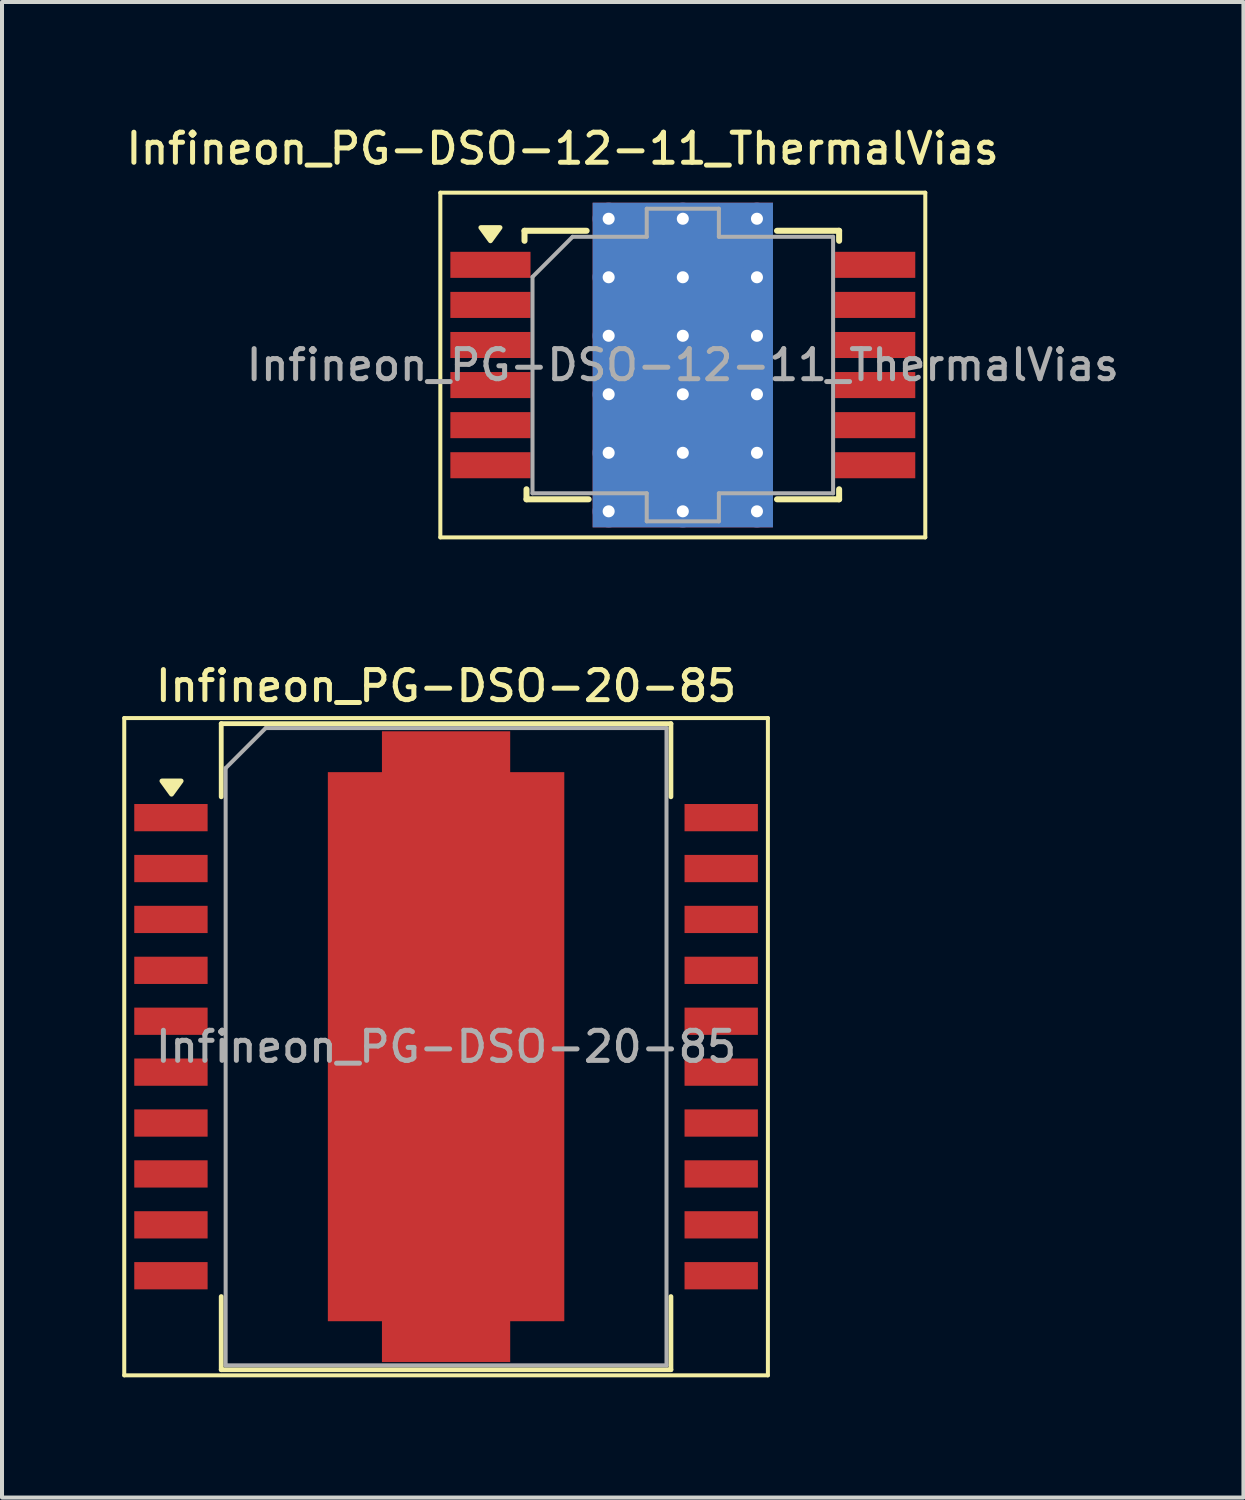
<source format=kicad_pcb>
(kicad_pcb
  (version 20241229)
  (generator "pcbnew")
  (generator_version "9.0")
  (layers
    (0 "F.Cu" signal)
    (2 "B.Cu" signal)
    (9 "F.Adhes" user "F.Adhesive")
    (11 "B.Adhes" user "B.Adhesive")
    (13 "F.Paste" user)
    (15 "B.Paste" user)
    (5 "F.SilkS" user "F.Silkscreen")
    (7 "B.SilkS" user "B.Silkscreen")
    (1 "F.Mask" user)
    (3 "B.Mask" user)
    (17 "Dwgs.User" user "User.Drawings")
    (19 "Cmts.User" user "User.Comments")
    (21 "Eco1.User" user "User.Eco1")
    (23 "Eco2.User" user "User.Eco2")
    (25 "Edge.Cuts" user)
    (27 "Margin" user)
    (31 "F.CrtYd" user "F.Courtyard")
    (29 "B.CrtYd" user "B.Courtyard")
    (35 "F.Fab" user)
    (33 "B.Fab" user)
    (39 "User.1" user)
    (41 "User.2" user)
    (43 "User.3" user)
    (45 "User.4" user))
  (footprint "Infineon_PG-DSO-12-11_ThermalVias"
    (layer "F.Cu")
    (at 13.987 6.058)
    (property "Reference" "Infineon_PG-DSO-12-11_ThermalVias" (at -3 -5.4 0) (layer "F.SilkS") (effects (font (size 0.75 0.75) (thickness 0.125))))
    (attr smd)
    (fp_line (start -6.05 -4.3) (end 6.05 -4.3) (stroke (width 0.1) (type solid)) (layer "F.SilkS"))
    (fp_line (start -6.05 4.3) (end -6.05 -4.3) (stroke (width 0.1) (type solid)) (layer "F.SilkS"))
    (fp_line (start -3.95 -3.35) (end -2.4 -3.35) (stroke (width 0.15) (type solid)) (layer "F.SilkS"))
    (fp_line (start -3.95 -3.1) (end -3.95 -3.35) (stroke (width 0.15) (type solid)) (layer "F.SilkS"))
    (fp_line (start -3.9 3.1) (end -3.9 3.35) (stroke (width 0.15) (type solid)) (layer "F.SilkS"))
    (fp_line (start -3.9 3.35) (end -2.35 3.35) (stroke (width 0.15) (type solid)) (layer "F.SilkS"))
    (fp_line (start 3.9 -3.35) (end 2.35 -3.35) (stroke (width 0.15) (type solid)) (layer "F.SilkS"))
    (fp_line (start 3.9 -3.1) (end 3.9 -3.35) (stroke (width 0.15) (type solid)) (layer "F.SilkS"))
    (fp_line (start 3.9 3.1) (end 3.9 3.35) (stroke (width 0.15) (type solid)) (layer "F.SilkS"))
    (fp_line (start 3.9 3.35) (end 2.35 3.35) (stroke (width 0.15) (type solid)) (layer "F.SilkS"))
    (fp_line (start 6.05 -4.3) (end 6.05 4.3) (stroke (width 0.1) (type solid)) (layer "F.SilkS"))
    (fp_line (start 6.05 4.3) (end -6.05 4.3) (stroke (width 0.1) (type solid)) (layer "F.SilkS"))
    (fp_poly (pts (xy -4.8 -3.1) (xy -5.04 -3.43) (xy -4.56 -3.43) (xy -4.8 -3.1)) (stroke (width 0.12) (type solid)) (fill yes) (layer "F.SilkS"))
    (fp_line (start -3.75 3.2) (end -3.75 -2.2) (stroke (width 0.1) (type solid)) (layer "F.Fab"))
    (fp_line (start -2.75 -3.2) (end -3.75 -2.2) (stroke (width 0.1) (type solid)) (layer "F.Fab"))
    (fp_line (start -2.75 -3.2) (end -0.9 -3.2) (stroke (width 0.1) (type solid)) (layer "F.Fab"))
    (fp_line (start -0.9 -3.9) (end 0.9 -3.9) (stroke (width 0.1) (type solid)) (layer "F.Fab"))
    (fp_line (start -0.9 -3.2) (end -0.9 -3.9) (stroke (width 0.1) (type solid)) (layer "F.Fab"))
    (fp_line (start -0.9 3.2) (end -3.75 3.2) (stroke (width 0.1) (type solid)) (layer "F.Fab"))
    (fp_line (start -0.9 3.9) (end -0.9 3.2) (stroke (width 0.1) (type solid)) (layer "F.Fab"))
    (fp_line (start 0.9 -3.9) (end 0.9 -3.2) (stroke (width 0.1) (type solid)) (layer "F.Fab"))
    (fp_line (start 0.9 -3.2) (end 3.75 -3.2) (stroke (width 0.1) (type solid)) (layer "F.Fab"))
    (fp_line (start 0.9 3.2) (end 0.9 3.9) (stroke (width 0.1) (type solid)) (layer "F.Fab"))
    (fp_line (start 0.9 3.9) (end -0.9 3.9) (stroke (width 0.1) (type solid)) (layer "F.Fab"))
    (fp_line (start 3.75 -3.2) (end 3.75 3.2) (stroke (width 0.1) (type solid)) (layer "F.Fab"))
    (fp_line (start 3.75 3.2) (end 0.9 3.2) (stroke (width 0.1) (type solid)) (layer "F.Fab"))
    (fp_text user "${REFERENCE}" (at 0 0 0) (layer "F.Fab") (effects (font (size 0.75 0.75) (thickness 0.125))))
    (pad "" smd rect (at -0.925 -2.92) (size 1.55 1.16) (layers "F.Paste"))
    (pad "" smd rect (at -0.925 -1.46) (size 1.55 1.16) (layers "F.Paste"))
    (pad "" smd rect (at -0.925 0) (size 1.55 1.16) (layers "F.Paste"))
    (pad "" smd rect (at -0.925 1.46) (size 1.55 1.16) (layers "F.Paste"))
    (pad "" smd rect (at -0.925 2.92) (size 1.55 1.16) (layers "F.Paste"))
    (pad "" smd rect (at 0.925 -2.92) (size 1.55 1.16) (layers "F.Paste"))
    (pad "" smd rect (at 0.925 -1.46) (size 1.55 1.16) (layers "F.Paste"))
    (pad "" smd rect (at 0.925 0) (size 1.55 1.16) (layers "F.Paste"))
    (pad "" smd rect (at 0.925 1.46) (size 1.55 1.16) (layers "F.Paste"))
    (pad "" smd rect (at 0.925 2.92) (size 1.55 1.16) (layers "F.Paste"))
    (pad "1" smd rect (at -4.8 -2.5) (size 2 0.65) (layers "F.Cu" "F.Mask" "F.Paste"))
    (pad "2" smd rect (at -4.8 -1.5) (size 2 0.65) (layers "F.Cu" "F.Mask" "F.Paste"))
    (pad "3" smd rect (at -4.8 -0.5) (size 2 0.65) (layers "F.Cu" "F.Mask" "F.Paste"))
    (pad "4" smd rect (at -4.8 0.5) (size 2 0.65) (layers "F.Cu" "F.Mask" "F.Paste"))
    (pad "5" smd rect (at -4.8 1.5) (size 2 0.65) (layers "F.Cu" "F.Mask" "F.Paste"))
    (pad "6" smd rect (at -4.8 2.5) (size 2 0.65) (layers "F.Cu" "F.Mask" "F.Paste"))
    (pad "7" smd rect (at 4.8 2.5) (size 2 0.65) (layers "F.Cu" "F.Mask" "F.Paste"))
    (pad "8" smd rect (at 4.8 1.5) (size 2 0.65) (layers "F.Cu" "F.Mask" "F.Paste"))
    (pad "9" smd rect (at 4.8 0.5) (size 2 0.65) (layers "F.Cu" "F.Mask" "F.Paste"))
    (pad "10" smd rect (at 4.8 -0.5) (size 2 0.65) (layers "F.Cu" "F.Mask" "F.Paste"))
    (pad "11" smd rect (at 4.8 -1.5) (size 2 0.65) (layers "F.Cu" "F.Mask" "F.Paste"))
    (pad "12" smd rect (at 4.8 -2.5) (size 2 0.65) (layers "F.Cu" "F.Mask" "F.Paste"))
    (pad "13" thru_hole circle (at -1.85 -3.65) (size 0.8 0.8) (drill 0.3) (layers "*.Cu"))
    (pad "13" thru_hole circle (at -1.85 -2.19) (size 0.8 0.8) (drill 0.3) (layers "*.Cu"))
    (pad "13" thru_hole circle (at -1.85 -0.73) (size 0.8 0.8) (drill 0.3) (layers "*.Cu"))
    (pad "13" thru_hole circle (at -1.85 0.73) (size 0.8 0.8) (drill 0.3) (layers "*.Cu"))
    (pad "13" thru_hole circle (at -1.85 2.19) (size 0.8 0.8) (drill 0.3) (layers "*.Cu"))
    (pad "13" thru_hole circle (at -1.85 3.65) (size 0.8 0.8) (drill 0.3) (layers "*.Cu"))
    (pad "13" thru_hole circle (at 0 -3.65) (size 0.8 0.8) (drill 0.3) (layers "*.Cu"))
    (pad "13" thru_hole circle (at 0 -2.19) (size 0.8 0.8) (drill 0.3) (layers "*.Cu"))
    (pad "13" thru_hole circle (at 0 -0.73) (size 0.8 0.8) (drill 0.3) (layers "*.Cu"))
    (pad "13" smd rect (at 0 0) (size 4.5 8.1) (layers "F.Cu" "F.Mask"))
    (pad "13" smd rect (at 0 0) (size 4.5 8.1) (layers "B.Cu"))
    (pad "13" thru_hole circle (at 0 0.73) (size 0.8 0.8) (drill 0.3) (layers "*.Cu"))
    (pad "13" thru_hole circle (at 0 2.19) (size 0.8 0.8) (drill 0.3) (layers "*.Cu"))
    (pad "13" thru_hole circle (at 0 3.65) (size 0.8 0.8) (drill 0.3) (layers "*.Cu"))
    (pad "13" thru_hole circle (at 1.85 -3.65) (size 0.8 0.8) (drill 0.3) (layers "*.Cu"))
    (pad "13" thru_hole circle (at 1.85 -2.19) (size 0.8 0.8) (drill 0.3) (layers "*.Cu"))
    (pad "13" thru_hole circle (at 1.85 -0.73) (size 0.8 0.8) (drill 0.3) (layers "*.Cu"))
    (pad "13" thru_hole circle (at 1.85 0.73) (size 0.8 0.8) (drill 0.3) (layers "*.Cu"))
    (pad "13" thru_hole circle (at 1.85 2.19) (size 0.8 0.8) (drill 0.3) (layers "*.Cu"))
    (pad "13" thru_hole circle (at 1.85 3.65) (size 0.8 0.8) (drill 0.3) (layers "*.Cu")))
  (footprint "Infineon_PG-DSO-20-85"
    (layer "F.Cu")
    (at 8.08 23.066)
    (property "Reference" "Infineon_PG-DSO-20-85" (at 0 -9 0) (layer "F.SilkS") (effects (font (size 0.75 0.75) (thickness 0.125))))
    (attr smd)
    (fp_line (start -8.03 -8.2) (end 8.03 -8.2) (stroke (width 0.1) (type solid)) (layer "F.SilkS"))
    (fp_line (start -8.03 8.2) (end -8.03 -8.2) (stroke (width 0.1) (type solid)) (layer "F.SilkS"))
    (fp_line (start -8.03 8.2) (end 8.03 8.2) (stroke (width 0.1) (type solid)) (layer "F.SilkS"))
    (fp_line (start -5.61 -8.06) (end 5.61 -8.06) (stroke (width 0.12) (type solid)) (layer "F.SilkS"))
    (fp_line (start -5.61 -6.235) (end -5.61 -8.06) (stroke (width 0.12) (type solid)) (layer "F.SilkS"))
    (fp_line (start -5.61 6.235) (end -5.61 8.06) (stroke (width 0.12) (type solid)) (layer "F.SilkS"))
    (fp_line (start 5.61 -6.235) (end 5.61 -8.06) (stroke (width 0.12) (type solid)) (layer "F.SilkS"))
    (fp_line (start 5.61 6.235) (end 5.61 8.06) (stroke (width 0.12) (type solid)) (layer "F.SilkS"))
    (fp_line (start 5.61 8.06) (end -5.61 8.06) (stroke (width 0.12) (type solid)) (layer "F.SilkS"))
    (fp_line (start 8.03 8.2) (end 8.03 -8.2) (stroke (width 0.1) (type solid)) (layer "F.SilkS"))
    (fp_poly (pts (xy -6.85 -6.3) (xy -7.09 -6.63) (xy -6.61 -6.63) (xy -6.85 -6.3)) (stroke (width 0.12) (type solid)) (fill yes) (layer "F.SilkS"))
    (fp_line (start -5.5 -6.95) (end -4.5 -7.95) (stroke (width 0.1) (type solid)) (layer "F.Fab"))
    (fp_line (start -5.5 7.95) (end -5.5 -6.95) (stroke (width 0.1) (type solid)) (layer "F.Fab"))
    (fp_line (start -4.5 -7.95) (end 5.5 -7.95) (stroke (width 0.1) (type solid)) (layer "F.Fab"))
    (fp_line (start 5.5 -7.95) (end 5.5 7.95) (stroke (width 0.1) (type solid)) (layer "F.Fab"))
    (fp_line (start 5.5 7.95) (end -5.5 7.95) (stroke (width 0.1) (type solid)) (layer "F.Fab"))
    (fp_text user "${REFERENCE}" (at 0 0 0) (layer "F.Fab") (effects (font (size 0.75 0.75) (thickness 0.125))))
    (pad "" smd rect (at -1.4 -4.95) (size 2.4 2.8) (layers "F.Paste"))
    (pad "" smd rect (at -1.4 -1.65) (size 2.4 2.8) (layers "F.Paste"))
    (pad "" smd rect (at -1.4 1.65) (size 2.4 2.8) (layers "F.Paste"))
    (pad "" smd rect (at -1.4 4.95) (size 2.4 2.8) (layers "F.Paste"))
    (pad "" smd rect (at 0 -7.36) (size 3.2 1) (layers "F.Paste"))
    (pad "" smd rect (at 0 7.36) (size 3.2 1) (layers "F.Paste"))
    (pad "" smd rect (at 1.4 -4.95) (size 2.4 2.8) (layers "F.Paste"))
    (pad "" smd rect (at 1.4 -1.65) (size 2.4 2.8) (layers "F.Paste"))
    (pad "" smd rect (at 1.4 1.65) (size 2.4 2.8) (layers "F.Paste"))
    (pad "" smd rect (at 1.4 4.95) (size 2.4 2.8) (layers "F.Paste"))
    (pad "1" smd rect (at -6.865 -5.715) (size 1.83 0.68) (layers "F.Cu" "F.Mask" "F.Paste"))
    (pad "2" smd rect (at -6.865 -4.445) (size 1.83 0.68) (layers "F.Cu" "F.Mask" "F.Paste"))
    (pad "3" smd rect (at -6.865 -3.175) (size 1.83 0.68) (layers "F.Cu" "F.Mask" "F.Paste"))
    (pad "4" smd rect (at -6.865 -1.905) (size 1.83 0.68) (layers "F.Cu" "F.Mask" "F.Paste"))
    (pad "5" smd rect (at -6.865 -0.635) (size 1.83 0.68) (layers "F.Cu" "F.Mask" "F.Paste"))
    (pad "6" smd rect (at -6.865 0.635) (size 1.83 0.68) (layers "F.Cu" "F.Mask" "F.Paste"))
    (pad "7" smd rect (at -6.865 1.905) (size 1.83 0.68) (layers "F.Cu" "F.Mask" "F.Paste"))
    (pad "8" smd rect (at -6.865 3.175) (size 1.83 0.68) (layers "F.Cu" "F.Mask" "F.Paste"))
    (pad "9" smd rect (at -6.865 4.445) (size 1.83 0.68) (layers "F.Cu" "F.Mask" "F.Paste"))
    (pad "10" smd rect (at -6.865 5.715) (size 1.83 0.68) (layers "F.Cu" "F.Mask" "F.Paste"))
    (pad "11" smd rect (at 6.865 5.715) (size 1.83 0.68) (layers "F.Cu" "F.Mask" "F.Paste"))
    (pad "12" smd rect (at 6.865 4.445) (size 1.83 0.68) (layers "F.Cu" "F.Mask" "F.Paste"))
    (pad "13" smd rect (at 6.865 3.175) (size 1.83 0.68) (layers "F.Cu" "F.Mask" "F.Paste"))
    (pad "14" smd rect (at 6.865 1.905) (size 1.83 0.68) (layers "F.Cu" "F.Mask" "F.Paste"))
    (pad "15" smd rect (at 6.865 0.635) (size 1.83 0.68) (layers "F.Cu" "F.Mask" "F.Paste"))
    (pad "16" smd rect (at 6.865 -0.635) (size 1.83 0.68) (layers "F.Cu" "F.Mask" "F.Paste"))
    (pad "17" smd rect (at 6.865 -1.905) (size 1.83 0.68) (layers "F.Cu" "F.Mask" "F.Paste"))
    (pad "18" smd rect (at 6.865 -3.175) (size 1.83 0.68) (layers "F.Cu" "F.Mask" "F.Paste"))
    (pad "19" smd rect (at 6.865 -4.445) (size 1.83 0.68) (layers "F.Cu" "F.Mask" "F.Paste"))
    (pad "20" smd rect (at 6.865 -5.715) (size 1.83 0.68) (layers "F.Cu" "F.Mask" "F.Paste"))
    (pad "21" smd custom (at 0 0) (size 5.9 13.7) (layers "F.Cu" "F.Mask") (options (anchor rect)) (primitives (gr_poly (pts (xy 1.6 7.87) (xy -1.6 7.87) (xy -1.6 -7.87) (xy 1.6 -7.87)) (width 0) (fill yes)))))
  (gr_rect
    (start -3 -3)
    (end 27.975 34.316)
    (stroke (width 0.1) (type default))
    (fill no)
    (layer "Edge.Cuts")))
</source>
